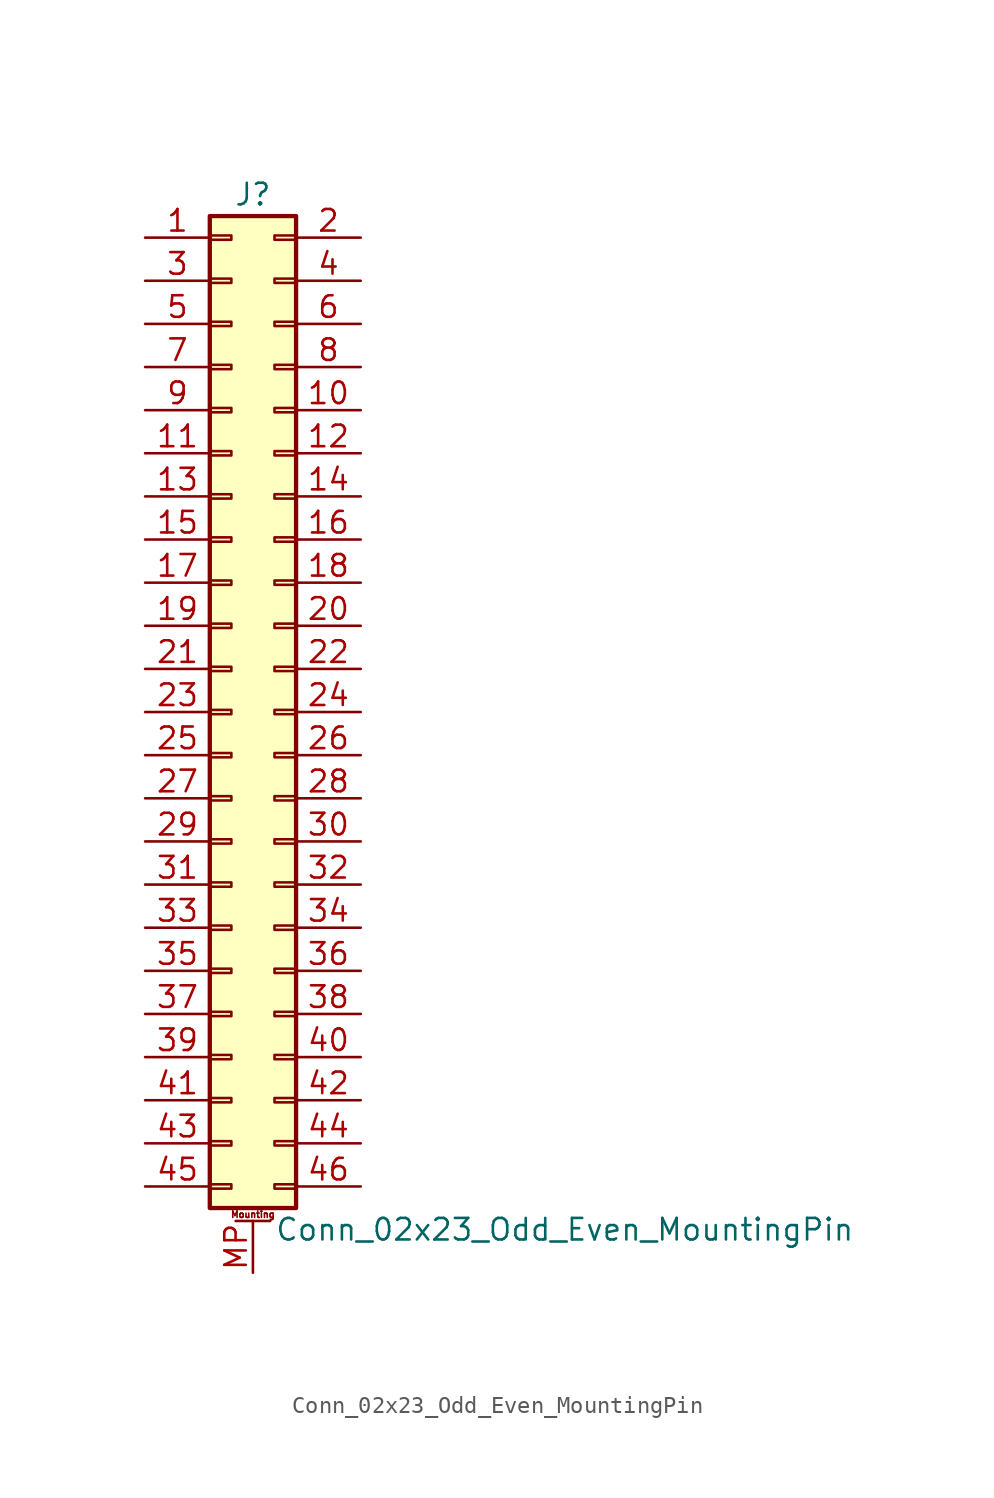
<source format=kicad_sym>
(kicad_symbol_lib
  (version 20201005)
  (generator kicad_symbol_editor)
  (symbol "Conn_02x23_Odd_Even_MountingPin"
    (pin_names
      (offset 1.016) hide)
    (property "Reference" "J"
      (at 1.27 30.48 0)
      (effects (font (size 1.27 1.27))))
    (property "Value" "Conn_02x23_Odd_Even_MountingPin"
      (at 2.54 -30.48 0)
      (effects (font (size 1.27 1.27)) (justify left)))
    (symbol "Conn_02x23_Odd_Even_MountingPin_1_1"
      (text "Mounting" (at 1.27 -29.591 0) (effects (font (size 0.381 0.381))))
      (rectangle (start -1.27 -27.813) (end 0 -28.067) (stroke (width 0.152)) (fill (type none)))
      (rectangle (start -1.27 -25.273) (end 0 -25.527) (stroke (width 0.152)) (fill (type none)))
      (rectangle (start -1.27 -22.733) (end 0 -22.987) (stroke (width 0.152)) (fill (type none)))
      (rectangle (start -1.27 -20.193) (end 0 -20.447) (stroke (width 0.152)) (fill (type none)))
      (rectangle (start -1.27 -17.653) (end 0 -17.907) (stroke (width 0.152)) (fill (type none)))
      (rectangle (start -1.27 -15.113) (end 0 -15.367) (stroke (width 0.152)) (fill (type none)))
      (rectangle (start -1.27 -12.573) (end 0 -12.827) (stroke (width 0.152)) (fill (type none)))
      (rectangle (start -1.27 -10.033) (end 0 -10.287) (stroke (width 0.152)) (fill (type none)))
      (rectangle (start -1.27 -7.493) (end 0 -7.747) (stroke (width 0.152)) (fill (type none)))
      (rectangle (start -1.27 -4.953) (end 0 -5.207) (stroke (width 0.152)) (fill (type none)))
      (rectangle (start -1.27 -2.413) (end 0 -2.667) (stroke (width 0.152)) (fill (type none)))
      (rectangle (start -1.27 0.127) (end 0 -0.127) (stroke (width 0.152)) (fill (type none)))
      (rectangle (start -1.27 2.667) (end 0 2.413) (stroke (width 0.152)) (fill (type none)))
      (rectangle (start -1.27 5.207) (end 0 4.953) (stroke (width 0.152)) (fill (type none)))
      (rectangle (start -1.27 7.747) (end 0 7.493) (stroke (width 0.152)) (fill (type none)))
      (rectangle (start -1.27 10.287) (end 0 10.033) (stroke (width 0.152)) (fill (type none)))
      (rectangle (start -1.27 12.827) (end 0 12.573) (stroke (width 0.152)) (fill (type none)))
      (rectangle (start -1.27 15.367) (end 0 15.113) (stroke (width 0.152)) (fill (type none)))
      (rectangle (start -1.27 17.907) (end 0 17.653) (stroke (width 0.152)) (fill (type none)))
      (rectangle (start -1.27 20.447) (end 0 20.193) (stroke (width 0.152)) (fill (type none)))
      (rectangle (start -1.27 22.987) (end 0 22.733) (stroke (width 0.152)) (fill (type none)))
      (rectangle (start -1.27 25.527) (end 0 25.273) (stroke (width 0.152)) (fill (type none)))
      (rectangle (start -1.27 28.067) (end 0 27.813) (stroke (width 0.152)) (fill (type none)))
      (rectangle (start 3.81 -27.813) (end 2.54 -28.067) (stroke (width 0.152)) (fill (type none)))
      (rectangle (start 3.81 -25.273) (end 2.54 -25.527) (stroke (width 0.152)) (fill (type none)))
      (rectangle (start 3.81 -22.733) (end 2.54 -22.987) (stroke (width 0.152)) (fill (type none)))
      (rectangle (start 3.81 -20.193) (end 2.54 -20.447) (stroke (width 0.152)) (fill (type none)))
      (rectangle (start 3.81 -17.653) (end 2.54 -17.907) (stroke (width 0.152)) (fill (type none)))
      (rectangle (start 3.81 -15.113) (end 2.54 -15.367) (stroke (width 0.152)) (fill (type none)))
      (rectangle (start 3.81 -12.573) (end 2.54 -12.827) (stroke (width 0.152)) (fill (type none)))
      (rectangle (start 3.81 -10.033) (end 2.54 -10.287) (stroke (width 0.152)) (fill (type none)))
      (rectangle (start 3.81 -7.493) (end 2.54 -7.747) (stroke (width 0.152)) (fill (type none)))
      (rectangle (start 3.81 -4.953) (end 2.54 -5.207) (stroke (width 0.152)) (fill (type none)))
      (rectangle (start 3.81 -2.413) (end 2.54 -2.667) (stroke (width 0.152)) (fill (type none)))
      (rectangle (start 3.81 0.127) (end 2.54 -0.127) (stroke (width 0.152)) (fill (type none)))
      (rectangle (start 3.81 2.667) (end 2.54 2.413) (stroke (width 0.152)) (fill (type none)))
      (rectangle (start 3.81 5.207) (end 2.54 4.953) (stroke (width 0.152)) (fill (type none)))
      (rectangle (start 3.81 7.747) (end 2.54 7.493) (stroke (width 0.152)) (fill (type none)))
      (rectangle (start 3.81 10.287) (end 2.54 10.033) (stroke (width 0.152)) (fill (type none)))
      (rectangle (start 3.81 12.827) (end 2.54 12.573) (stroke (width 0.152)) (fill (type none)))
      (rectangle (start 3.81 15.367) (end 2.54 15.113) (stroke (width 0.152)) (fill (type none)))
      (rectangle (start 3.81 17.907) (end 2.54 17.653) (stroke (width 0.152)) (fill (type none)))
      (rectangle (start 3.81 20.447) (end 2.54 20.193) (stroke (width 0.152)) (fill (type none)))
      (rectangle (start 3.81 22.987) (end 2.54 22.733) (stroke (width 0.152)) (fill (type none)))
      (rectangle (start 3.81 25.527) (end 2.54 25.273) (stroke (width 0.152)) (fill (type none)))
      (rectangle (start 3.81 28.067) (end 2.54 27.813) (stroke (width 0.152)) (fill (type none)))
      (rectangle (start -1.27 29.21) (end 3.81 -29.21) (stroke (width 0.254)) (fill (type background)))
      (polyline (pts (xy 0.254 -29.972) (xy 2.286 -29.972)) (stroke (width 0.152)) (fill (type none)))
      (pin passive line (at -5.08 27.94 0) (length 3.81) (name "Pin_1" (effects (font (size 1.27 1.27)))) (number "1" (effects (font (size 1.27 1.27)))))
      (pin passive line (at 7.62 17.78 180) (length 3.81) (name "Pin_10" (effects (font (size 1.27 1.27)))) (number "10" (effects (font (size 1.27 1.27)))))
      (pin passive line (at -5.08 15.24 0) (length 3.81) (name "Pin_11" (effects (font (size 1.27 1.27)))) (number "11" (effects (font (size 1.27 1.27)))))
      (pin passive line (at 7.62 15.24 180) (length 3.81) (name "Pin_12" (effects (font (size 1.27 1.27)))) (number "12" (effects (font (size 1.27 1.27)))))
      (pin passive line (at -5.08 12.7 0) (length 3.81) (name "Pin_13" (effects (font (size 1.27 1.27)))) (number "13" (effects (font (size 1.27 1.27)))))
      (pin passive line (at 7.62 12.7 180) (length 3.81) (name "Pin_14" (effects (font (size 1.27 1.27)))) (number "14" (effects (font (size 1.27 1.27)))))
      (pin passive line (at -5.08 10.16 0) (length 3.81) (name "Pin_15" (effects (font (size 1.27 1.27)))) (number "15" (effects (font (size 1.27 1.27)))))
      (pin passive line (at 7.62 10.16 180) (length 3.81) (name "Pin_16" (effects (font (size 1.27 1.27)))) (number "16" (effects (font (size 1.27 1.27)))))
      (pin passive line (at -5.08 7.62 0) (length 3.81) (name "Pin_17" (effects (font (size 1.27 1.27)))) (number "17" (effects (font (size 1.27 1.27)))))
      (pin passive line (at 7.62 7.62 180) (length 3.81) (name "Pin_18" (effects (font (size 1.27 1.27)))) (number "18" (effects (font (size 1.27 1.27)))))
      (pin passive line (at -5.08 5.08 0) (length 3.81) (name "Pin_19" (effects (font (size 1.27 1.27)))) (number "19" (effects (font (size 1.27 1.27)))))
      (pin passive line (at 7.62 27.94 180) (length 3.81) (name "Pin_2" (effects (font (size 1.27 1.27)))) (number "2" (effects (font (size 1.27 1.27)))))
      (pin passive line (at 7.62 5.08 180) (length 3.81) (name "Pin_20" (effects (font (size 1.27 1.27)))) (number "20" (effects (font (size 1.27 1.27)))))
      (pin passive line (at -5.08 2.54 0) (length 3.81) (name "Pin_21" (effects (font (size 1.27 1.27)))) (number "21" (effects (font (size 1.27 1.27)))))
      (pin passive line (at 7.62 2.54 180) (length 3.81) (name "Pin_22" (effects (font (size 1.27 1.27)))) (number "22" (effects (font (size 1.27 1.27)))))
      (pin passive line (at -5.08 0 0) (length 3.81) (name "Pin_23" (effects (font (size 1.27 1.27)))) (number "23" (effects (font (size 1.27 1.27)))))
      (pin passive line (at 7.62 0 180) (length 3.81) (name "Pin_24" (effects (font (size 1.27 1.27)))) (number "24" (effects (font (size 1.27 1.27)))))
      (pin passive line (at -5.08 -2.54 0) (length 3.81) (name "Pin_25" (effects (font (size 1.27 1.27)))) (number "25" (effects (font (size 1.27 1.27)))))
      (pin passive line (at 7.62 -2.54 180) (length 3.81) (name "Pin_26" (effects (font (size 1.27 1.27)))) (number "26" (effects (font (size 1.27 1.27)))))
      (pin passive line (at -5.08 -5.08 0) (length 3.81) (name "Pin_27" (effects (font (size 1.27 1.27)))) (number "27" (effects (font (size 1.27 1.27)))))
      (pin passive line (at 7.62 -5.08 180) (length 3.81) (name "Pin_28" (effects (font (size 1.27 1.27)))) (number "28" (effects (font (size 1.27 1.27)))))
      (pin passive line (at -5.08 -7.62 0) (length 3.81) (name "Pin_29" (effects (font (size 1.27 1.27)))) (number "29" (effects (font (size 1.27 1.27)))))
      (pin passive line (at -5.08 25.4 0) (length 3.81) (name "Pin_3" (effects (font (size 1.27 1.27)))) (number "3" (effects (font (size 1.27 1.27)))))
      (pin passive line (at 7.62 -7.62 180) (length 3.81) (name "Pin_30" (effects (font (size 1.27 1.27)))) (number "30" (effects (font (size 1.27 1.27)))))
      (pin passive line (at -5.08 -10.16 0) (length 3.81) (name "Pin_31" (effects (font (size 1.27 1.27)))) (number "31" (effects (font (size 1.27 1.27)))))
      (pin passive line (at 7.62 -10.16 180) (length 3.81) (name "Pin_32" (effects (font (size 1.27 1.27)))) (number "32" (effects (font (size 1.27 1.27)))))
      (pin passive line (at -5.08 -12.7 0) (length 3.81) (name "Pin_33" (effects (font (size 1.27 1.27)))) (number "33" (effects (font (size 1.27 1.27)))))
      (pin passive line (at 7.62 -12.7 180) (length 3.81) (name "Pin_34" (effects (font (size 1.27 1.27)))) (number "34" (effects (font (size 1.27 1.27)))))
      (pin passive line (at -5.08 -15.24 0) (length 3.81) (name "Pin_35" (effects (font (size 1.27 1.27)))) (number "35" (effects (font (size 1.27 1.27)))))
      (pin passive line (at 7.62 -15.24 180) (length 3.81) (name "Pin_36" (effects (font (size 1.27 1.27)))) (number "36" (effects (font (size 1.27 1.27)))))
      (pin passive line (at -5.08 -17.78 0) (length 3.81) (name "Pin_37" (effects (font (size 1.27 1.27)))) (number "37" (effects (font (size 1.27 1.27)))))
      (pin passive line (at 7.62 -17.78 180) (length 3.81) (name "Pin_38" (effects (font (size 1.27 1.27)))) (number "38" (effects (font (size 1.27 1.27)))))
      (pin passive line (at -5.08 -20.32 0) (length 3.81) (name "Pin_39" (effects (font (size 1.27 1.27)))) (number "39" (effects (font (size 1.27 1.27)))))
      (pin passive line (at 7.62 25.4 180) (length 3.81) (name "Pin_4" (effects (font (size 1.27 1.27)))) (number "4" (effects (font (size 1.27 1.27)))))
      (pin passive line (at 7.62 -20.32 180) (length 3.81) (name "Pin_40" (effects (font (size 1.27 1.27)))) (number "40" (effects (font (size 1.27 1.27)))))
      (pin passive line (at -5.08 -22.86 0) (length 3.81) (name "Pin_41" (effects (font (size 1.27 1.27)))) (number "41" (effects (font (size 1.27 1.27)))))
      (pin passive line (at 7.62 -22.86 180) (length 3.81) (name "Pin_42" (effects (font (size 1.27 1.27)))) (number "42" (effects (font (size 1.27 1.27)))))
      (pin passive line (at -5.08 -25.4 0) (length 3.81) (name "Pin_43" (effects (font (size 1.27 1.27)))) (number "43" (effects (font (size 1.27 1.27)))))
      (pin passive line (at 7.62 -25.4 180) (length 3.81) (name "Pin_44" (effects (font (size 1.27 1.27)))) (number "44" (effects (font (size 1.27 1.27)))))
      (pin passive line (at -5.08 -27.94 0) (length 3.81) (name "Pin_45" (effects (font (size 1.27 1.27)))) (number "45" (effects (font (size 1.27 1.27)))))
      (pin passive line (at 7.62 -27.94 180) (length 3.81) (name "Pin_46" (effects (font (size 1.27 1.27)))) (number "46" (effects (font (size 1.27 1.27)))))
      (pin passive line (at -5.08 22.86 0) (length 3.81) (name "Pin_5" (effects (font (size 1.27 1.27)))) (number "5" (effects (font (size 1.27 1.27)))))
      (pin passive line (at 7.62 22.86 180) (length 3.81) (name "Pin_6" (effects (font (size 1.27 1.27)))) (number "6" (effects (font (size 1.27 1.27)))))
      (pin passive line (at -5.08 20.32 0) (length 3.81) (name "Pin_7" (effects (font (size 1.27 1.27)))) (number "7" (effects (font (size 1.27 1.27)))))
      (pin passive line (at 7.62 20.32 180) (length 3.81) (name "Pin_8" (effects (font (size 1.27 1.27)))) (number "8" (effects (font (size 1.27 1.27)))))
      (pin passive line (at -5.08 17.78 0) (length 3.81) (name "Pin_9" (effects (font (size 1.27 1.27)))) (number "9" (effects (font (size 1.27 1.27)))))
      (pin passive line (at 1.27 -33.02 90) (length 3.048) (name "MountPin" (effects (font (size 1.27 1.27)))) (number "MP" (effects (font (size 1.27 1.27))))))))
</source>
